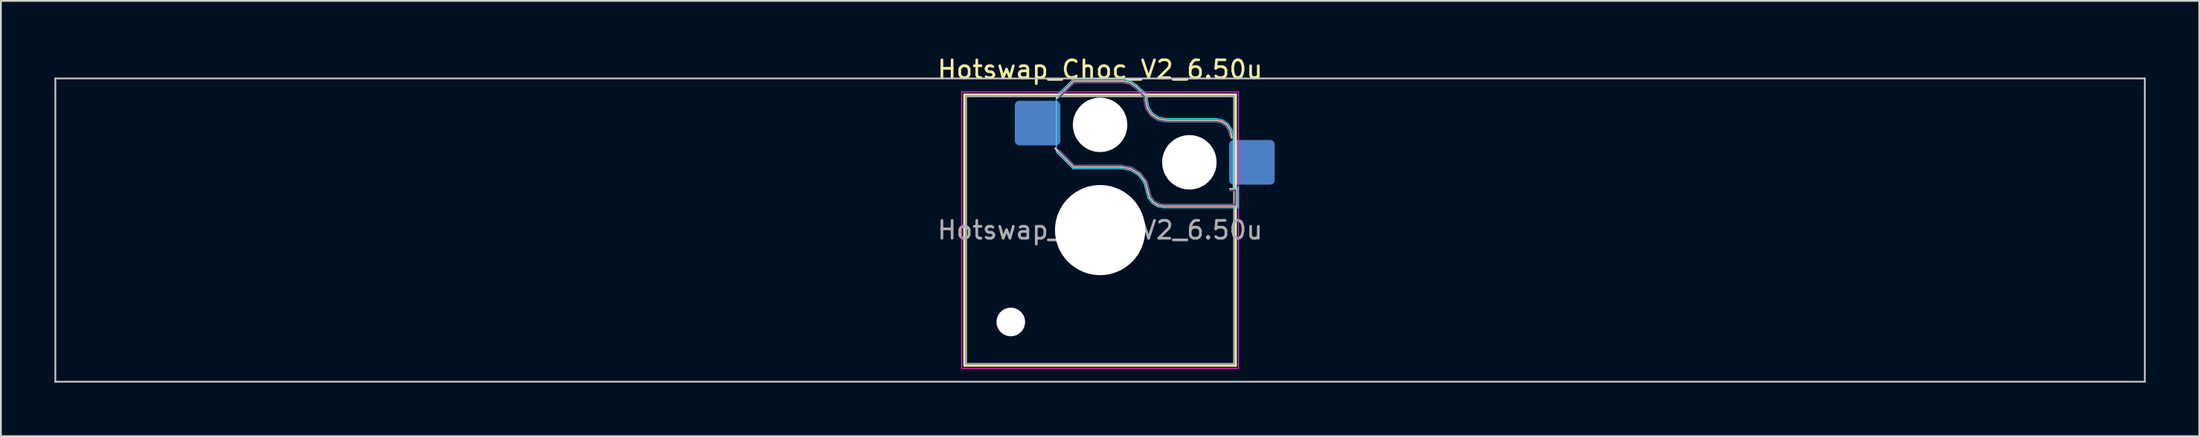
<source format=kicad_pcb>
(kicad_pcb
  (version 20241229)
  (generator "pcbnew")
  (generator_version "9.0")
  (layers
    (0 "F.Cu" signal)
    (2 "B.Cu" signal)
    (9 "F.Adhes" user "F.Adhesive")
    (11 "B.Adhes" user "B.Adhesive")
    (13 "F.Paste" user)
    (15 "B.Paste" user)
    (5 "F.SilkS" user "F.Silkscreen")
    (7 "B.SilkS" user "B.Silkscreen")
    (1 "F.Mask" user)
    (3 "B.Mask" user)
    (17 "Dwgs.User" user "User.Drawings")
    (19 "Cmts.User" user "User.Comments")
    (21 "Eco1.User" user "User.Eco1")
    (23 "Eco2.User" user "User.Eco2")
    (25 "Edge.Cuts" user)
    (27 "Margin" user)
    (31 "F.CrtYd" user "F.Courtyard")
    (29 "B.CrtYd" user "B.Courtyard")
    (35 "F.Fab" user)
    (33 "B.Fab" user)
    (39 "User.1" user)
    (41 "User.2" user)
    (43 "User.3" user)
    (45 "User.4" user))
  (footprint "Hotswap_Choc_V2_6.50u"
    (layer "F.Cu")
    (at 58.55 9.848)
    (property "Reference" "Hotswap_Choc_V2_6.50u" (at 0 -9 0) (layer "F.SilkS") (effects (font (size 1 1) (thickness 0.15))))
    (attr smd)
    (fp_line (start -7.6 -7.6) (end -7.6 7.6) (stroke (width 0.12) (type solid)) (layer "F.SilkS"))
    (fp_line (start -7.6 7.6) (end 7.6 7.6) (stroke (width 0.12) (type solid)) (layer "F.SilkS"))
    (fp_line (start 7.6 -7.6) (end -7.6 -7.6) (stroke (width 0.12) (type solid)) (layer "F.SilkS"))
    (fp_line (start 7.6 7.6) (end 7.6 -7.6) (stroke (width 0.12) (type solid)) (layer "F.SilkS"))
    (fp_line (start -2.416 -7.409) (end -1.479 -8.346) (stroke (width 0.12) (type solid)) (layer "B.SilkS"))
    (fp_line (start -1.479 -8.346) (end 1.268 -8.346) (stroke (width 0.12) (type solid)) (layer "B.SilkS"))
    (fp_line (start -1.479 -3.554) (end -2.5 -4.575) (stroke (width 0.12) (type solid)) (layer "B.SilkS"))
    (fp_line (start 1.168 -3.554) (end -1.479 -3.554) (stroke (width 0.12) (type solid)) (layer "B.SilkS"))
    (fp_line (start 1.268 -8.346) (end 1.671 -8.266) (stroke (width 0.12) (type solid)) (layer "B.SilkS"))
    (fp_line (start 1.671 -8.266) (end 2.013 -8.037) (stroke (width 0.12) (type solid)) (layer "B.SilkS"))
    (fp_line (start 1.73 -3.449) (end 1.168 -3.554) (stroke (width 0.12) (type solid)) (layer "B.SilkS"))
    (fp_line (start 2.013 -8.037) (end 2.546 -7.504) (stroke (width 0.12) (type solid)) (layer "B.SilkS"))
    (fp_line (start 2.209 -3.15) (end 1.73 -3.449) (stroke (width 0.12) (type solid)) (layer "B.SilkS"))
    (fp_line (start 2.546 -7.504) (end 2.546 -7.282) (stroke (width 0.12) (type solid)) (layer "B.SilkS"))
    (fp_line (start 2.546 -7.282) (end 2.633 -6.844) (stroke (width 0.12) (type solid)) (layer "B.SilkS"))
    (fp_line (start 2.547 -2.697) (end 2.209 -3.15) (stroke (width 0.12) (type solid)) (layer "B.SilkS"))
    (fp_line (start 2.633 -6.844) (end 2.877 -6.477) (stroke (width 0.12) (type solid)) (layer "B.SilkS"))
    (fp_line (start 2.701 -2.139) (end 2.547 -2.697) (stroke (width 0.12) (type solid)) (layer "B.SilkS"))
    (fp_line (start 2.783 -1.841) (end 2.701 -2.139) (stroke (width 0.12) (type solid)) (layer "B.SilkS"))
    (fp_line (start 2.877 -6.477) (end 3.244 -6.233) (stroke (width 0.12) (type solid)) (layer "B.SilkS"))
    (fp_line (start 2.976 -1.583) (end 2.783 -1.841) (stroke (width 0.12) (type solid)) (layer "B.SilkS"))
    (fp_line (start 3.244 -6.233) (end 3.682 -6.146) (stroke (width 0.12) (type solid)) (layer "B.SilkS"))
    (fp_line (start 3.25 -1.413) (end 2.976 -1.583) (stroke (width 0.12) (type solid)) (layer "B.SilkS"))
    (fp_line (start 3.56 -1.354) (end 3.25 -1.413) (stroke (width 0.12) (type solid)) (layer "B.SilkS"))
    (fp_line (start 3.682 -6.146) (end 6.482 -6.146) (stroke (width 0.12) (type solid)) (layer "B.SilkS"))
    (fp_line (start 6.482 -6.146) (end 6.809 -6.081) (stroke (width 0.12) (type solid)) (layer "B.SilkS"))
    (fp_line (start 6.809 -6.081) (end 7.092 -5.892) (stroke (width 0.12) (type solid)) (layer "B.SilkS"))
    (fp_line (start 7.092 -5.892) (end 7.281 -5.609) (stroke (width 0.12) (type solid)) (layer "B.SilkS"))
    (fp_line (start 7.281 -5.609) (end 7.366 -5.182) (stroke (width 0.12) (type solid)) (layer "B.SilkS"))
    (fp_line (start 7.283 -2.296) (end 7.646 -2.296) (stroke (width 0.12) (type solid)) (layer "B.SilkS"))
    (fp_line (start 7.646 -2.296) (end 7.646 -1.354) (stroke (width 0.12) (type solid)) (layer "B.SilkS"))
    (fp_line (start 7.646 -1.354) (end 3.56 -1.354) (stroke (width 0.12) (type solid)) (layer "B.SilkS"))
    (fp_line (start -58.5 -8.5) (end -58.5 8.5) (stroke (width 0.1) (type solid)) (layer "Dwgs.User"))
    (fp_line (start -58.5 8.5) (end 58.5 8.5) (stroke (width 0.1) (type solid)) (layer "Dwgs.User"))
    (fp_line (start 58.5 -8.5) (end -58.5 -8.5) (stroke (width 0.1) (type solid)) (layer "Dwgs.User"))
    (fp_line (start 58.5 8.5) (end 58.5 -8.5) (stroke (width 0.1) (type solid)) (layer "Dwgs.User"))
    (fp_line (start -7.25 -7.25) (end -7.25 7.25) (stroke (width 0.1) (type solid)) (layer "Eco1.User"))
    (fp_line (start -7.25 7.25) (end 7.25 7.25) (stroke (width 0.1) (type solid)) (layer "Eco1.User"))
    (fp_line (start 7.25 -7.25) (end -7.25 -7.25) (stroke (width 0.1) (type solid)) (layer "Eco1.User"))
    (fp_line (start 7.25 7.25) (end 7.25 -7.25) (stroke (width 0.1) (type solid)) (layer "Eco1.User"))
    (fp_line (start -2.452 -7.523) (end -1.523 -8.452) (stroke (width 0.05) (type solid)) (layer "B.CrtYd"))
    (fp_line (start -2.452 -4.377) (end -2.452 -7.523) (stroke (width 0.05) (type solid)) (layer "B.CrtYd"))
    (fp_line (start -1.523 -8.452) (end 1.278 -8.452) (stroke (width 0.05) (type solid)) (layer "B.CrtYd"))
    (fp_line (start -1.523 -3.448) (end -2.452 -4.377) (stroke (width 0.05) (type solid)) (layer "B.CrtYd"))
    (fp_line (start 1.159 -3.448) (end -1.523 -3.448) (stroke (width 0.05) (type solid)) (layer "B.CrtYd"))
    (fp_line (start 1.278 -8.452) (end 1.712 -8.366) (stroke (width 0.05) (type solid)) (layer "B.CrtYd"))
    (fp_line (start 1.691 -3.348) (end 1.159 -3.448) (stroke (width 0.05) (type solid)) (layer "B.CrtYd"))
    (fp_line (start 1.712 -8.366) (end 2.081 -8.119) (stroke (width 0.05) (type solid)) (layer "B.CrtYd"))
    (fp_line (start 2.081 -8.119) (end 2.652 -7.548) (stroke (width 0.05) (type solid)) (layer "B.CrtYd"))
    (fp_line (start 2.136 -3.071) (end 1.691 -3.348) (stroke (width 0.05) (type solid)) (layer "B.CrtYd"))
    (fp_line (start 2.45 -2.65) (end 2.136 -3.071) (stroke (width 0.05) (type solid)) (layer "B.CrtYd"))
    (fp_line (start 2.599 -2.111) (end 2.45 -2.65) (stroke (width 0.05) (type solid)) (layer "B.CrtYd"))
    (fp_line (start 2.652 -7.548) (end 2.652 -7.292) (stroke (width 0.05) (type solid)) (layer "B.CrtYd"))
    (fp_line (start 2.652 -7.292) (end 2.733 -6.885) (stroke (width 0.05) (type solid)) (layer "B.CrtYd"))
    (fp_line (start 2.687 -1.794) (end 2.599 -2.111) (stroke (width 0.05) (type solid)) (layer "B.CrtYd"))
    (fp_line (start 2.733 -6.885) (end 2.953 -6.553) (stroke (width 0.05) (type solid)) (layer "B.CrtYd"))
    (fp_line (start 2.903 -1.503) (end 2.687 -1.794) (stroke (width 0.05) (type solid)) (layer "B.CrtYd"))
    (fp_line (start 2.953 -6.553) (end 3.285 -6.333) (stroke (width 0.05) (type solid)) (layer "B.CrtYd"))
    (fp_line (start 3.211 -1.312) (end 2.903 -1.503) (stroke (width 0.05) (type solid)) (layer "B.CrtYd"))
    (fp_line (start 3.285 -6.333) (end 3.692 -6.252) (stroke (width 0.05) (type solid)) (layer "B.CrtYd"))
    (fp_line (start 3.55 -1.248) (end 3.211 -1.312) (stroke (width 0.05) (type solid)) (layer "B.CrtYd"))
    (fp_line (start 3.692 -6.252) (end 6.492 -6.252) (stroke (width 0.05) (type solid)) (layer "B.CrtYd"))
    (fp_line (start 6.492 -6.252) (end 6.85 -6.181) (stroke (width 0.05) (type solid)) (layer "B.CrtYd"))
    (fp_line (start 6.85 -6.181) (end 7.168 -5.968) (stroke (width 0.05) (type solid)) (layer "B.CrtYd"))
    (fp_line (start 7.168 -5.968) (end 7.381 -5.65) (stroke (width 0.05) (type solid)) (layer "B.CrtYd"))
    (fp_line (start 7.381 -5.65) (end 7.452 -5.292) (stroke (width 0.05) (type solid)) (layer "B.CrtYd"))
    (fp_line (start 7.452 -5.292) (end 7.452 -2.402) (stroke (width 0.05) (type solid)) (layer "B.CrtYd"))
    (fp_line (start 7.452 -2.402) (end 7.752 -2.402) (stroke (width 0.05) (type solid)) (layer "B.CrtYd"))
    (fp_line (start 7.752 -2.402) (end 7.752 -1.248) (stroke (width 0.05) (type solid)) (layer "B.CrtYd"))
    (fp_line (start 7.752 -1.248) (end 3.55 -1.248) (stroke (width 0.05) (type solid)) (layer "B.CrtYd"))
    (fp_line (start -7.75 -7.75) (end -7.75 7.75) (stroke (width 0.05) (type solid)) (layer "F.CrtYd"))
    (fp_line (start -7.75 7.75) (end 7.75 7.75) (stroke (width 0.05) (type solid)) (layer "F.CrtYd"))
    (fp_line (start 7.75 -7.75) (end -7.75 -7.75) (stroke (width 0.05) (type solid)) (layer "F.CrtYd"))
    (fp_line (start 7.75 7.75) (end 7.75 -7.75) (stroke (width 0.05) (type solid)) (layer "F.CrtYd"))
    (fp_line (start -2.275 -7.45) (end -1.45 -8.275) (stroke (width 0.1) (type solid)) (layer "B.Fab"))
    (fp_line (start -1.45 -8.275) (end 1.261 -8.275) (stroke (width 0.1) (type solid)) (layer "B.Fab"))
    (fp_line (start -1.45 -3.625) (end -2.275 -4.45) (stroke (width 0.1) (type solid)) (layer "B.Fab"))
    (fp_line (start 1.175 -3.625) (end -1.45 -3.625) (stroke (width 0.1) (type solid)) (layer "B.Fab"))
    (fp_line (start 1.261 -8.275) (end 1.643 -8.199) (stroke (width 0.1) (type solid)) (layer "B.Fab"))
    (fp_line (start 1.643 -8.199) (end 1.968 -7.982) (stroke (width 0.1) (type solid)) (layer "B.Fab"))
    (fp_line (start 1.756 -3.516) (end 1.175 -3.625) (stroke (width 0.1) (type solid)) (layer "B.Fab"))
    (fp_line (start 1.968 -7.982) (end 2.475 -7.475) (stroke (width 0.1) (type solid)) (layer "B.Fab"))
    (fp_line (start 2.258 -3.203) (end 1.756 -3.516) (stroke (width 0.1) (type solid)) (layer "B.Fab"))
    (fp_line (start 2.475 -7.475) (end 2.475 -7.275) (stroke (width 0.1) (type solid)) (layer "B.Fab"))
    (fp_line (start 2.475 -7.275) (end 2.566 -6.816) (stroke (width 0.1) (type solid)) (layer "B.Fab"))
    (fp_line (start 2.566 -6.816) (end 2.826 -6.426) (stroke (width 0.1) (type solid)) (layer "B.Fab"))
    (fp_line (start 2.612 -2.729) (end 2.258 -3.203) (stroke (width 0.1) (type solid)) (layer "B.Fab"))
    (fp_line (start 2.769 -2.158) (end 2.612 -2.729) (stroke (width 0.1) (type solid)) (layer "B.Fab"))
    (fp_line (start 2.826 -6.426) (end 3.216 -6.166) (stroke (width 0.1) (type solid)) (layer "B.Fab"))
    (fp_line (start 2.848 -1.873) (end 2.769 -2.158) (stroke (width 0.1) (type solid)) (layer "B.Fab"))
    (fp_line (start 3.025 -1.636) (end 2.848 -1.873) (stroke (width 0.1) (type solid)) (layer "B.Fab"))
    (fp_line (start 3.216 -6.166) (end 3.675 -6.075) (stroke (width 0.1) (type solid)) (layer "B.Fab"))
    (fp_line (start 3.276 -1.48) (end 3.025 -1.636) (stroke (width 0.1) (type solid)) (layer "B.Fab"))
    (fp_line (start 3.567 -1.425) (end 3.276 -1.48) (stroke (width 0.1) (type solid)) (layer "B.Fab"))
    (fp_line (start 3.675 -6.075) (end 6.475 -6.075) (stroke (width 0.1) (type solid)) (layer "B.Fab"))
    (fp_line (start 6.475 -6.075) (end 6.781 -6.014) (stroke (width 0.1) (type solid)) (layer "B.Fab"))
    (fp_line (start 6.781 -6.014) (end 7.041 -5.841) (stroke (width 0.1) (type solid)) (layer "B.Fab"))
    (fp_line (start 7.041 -5.841) (end 7.214 -5.581) (stroke (width 0.1) (type solid)) (layer "B.Fab"))
    (fp_line (start 7.214 -5.581) (end 7.275 -5.275) (stroke (width 0.1) (type solid)) (layer "B.Fab"))
    (fp_line (start 7.275 -2.225) (end 7.575 -2.225) (stroke (width 0.1) (type solid)) (layer "B.Fab"))
    (fp_line (start 7.575 -2.225) (end 7.575 -1.425) (stroke (width 0.1) (type solid)) (layer "B.Fab"))
    (fp_line (start 7.575 -1.425) (end 3.567 -1.425) (stroke (width 0.1) (type solid)) (layer "B.Fab"))
    (fp_line (start -7.5 -7.5) (end -7.5 7.5) (stroke (width 0.1) (type solid)) (layer "F.Fab"))
    (fp_line (start -7.5 7.5) (end 7.5 7.5) (stroke (width 0.1) (type solid)) (layer "F.Fab"))
    (fp_line (start 7.5 -7.5) (end -7.5 -7.5) (stroke (width 0.1) (type solid)) (layer "F.Fab"))
    (fp_line (start 7.5 7.5) (end 7.5 -7.5) (stroke (width 0.1) (type solid)) (layer "F.Fab"))
    (fp_text user "${REFERENCE}" (at 0 0 0) (layer "F.Fab") (effects (font (size 1 1) (thickness 0.15))))
    (pad "" np_thru_hole circle (at -5 5.15) (size 1.6 1.6) (drill 1.6) (layers "*.Cu" "*.Mask"))
    (pad "" np_thru_hole circle (at 0 -5.9) (size 3.05 3.05) (drill 3.05) (layers "*.Cu" "*.Mask"))
    (pad "" np_thru_hole circle (at 0 0) (size 5.05 5.05) (drill 5.05) (layers "*.Cu" "*.Mask"))
    (pad "" np_thru_hole circle (at 5 -3.8) (size 3.05 3.05) (drill 3.05) (layers "*.Cu" "*.Mask"))
    (pad "1" smd roundrect (at -3.5 -6) (size 2.55 2.5) (layers "B.Cu" "B.Mask" "B.Paste") (roundrect_rratio 0.1))
    (pad "2" smd roundrect (at 8.5 -3.8) (size 2.55 2.5) (layers "B.Cu" "B.Mask" "B.Paste") (roundrect_rratio 0.1)))
  (gr_rect
    (start -3 -3)
    (end 120.1 21.398)
    (stroke (width 0.1) (type default))
    (fill no)
    (layer "Edge.Cuts")))
</source>
